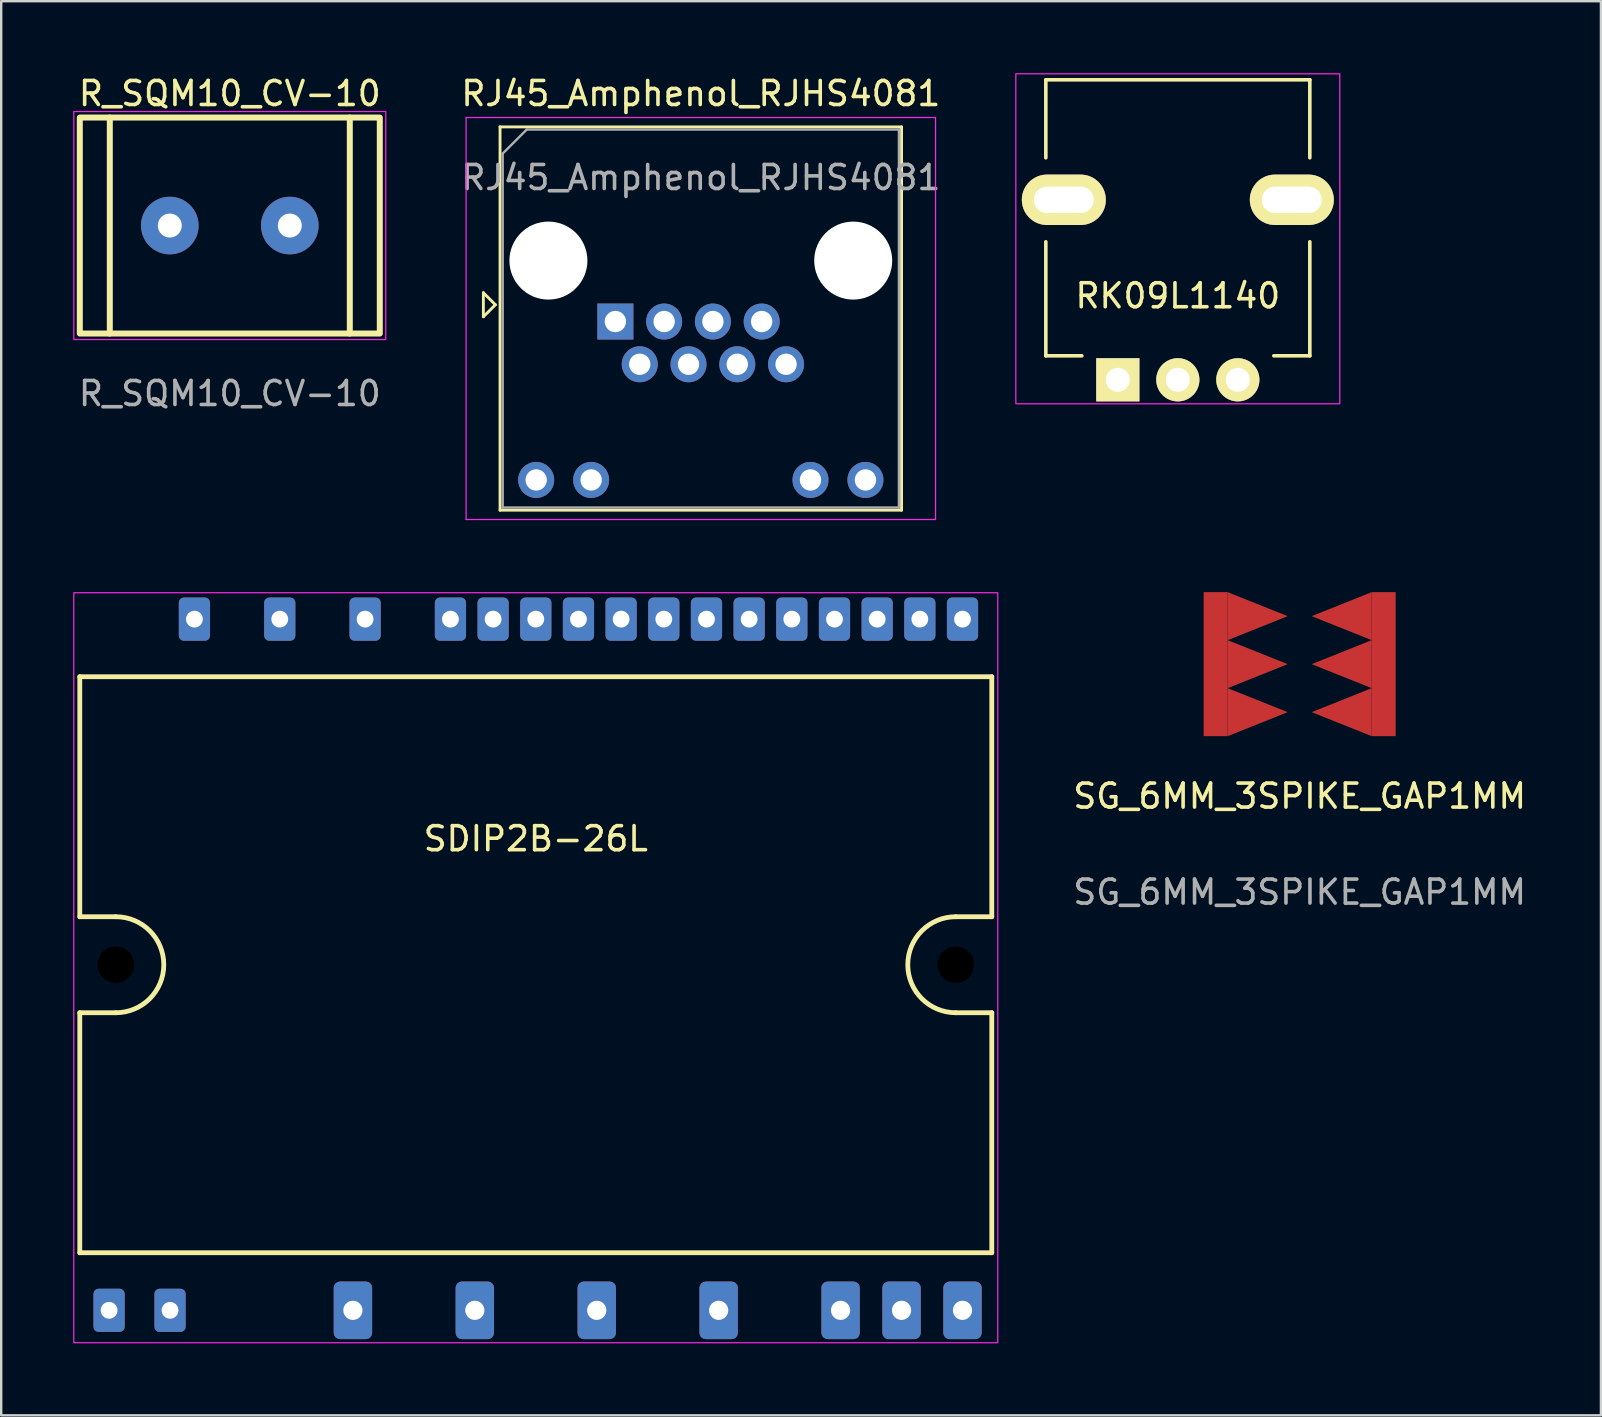
<source format=kicad_pcb>
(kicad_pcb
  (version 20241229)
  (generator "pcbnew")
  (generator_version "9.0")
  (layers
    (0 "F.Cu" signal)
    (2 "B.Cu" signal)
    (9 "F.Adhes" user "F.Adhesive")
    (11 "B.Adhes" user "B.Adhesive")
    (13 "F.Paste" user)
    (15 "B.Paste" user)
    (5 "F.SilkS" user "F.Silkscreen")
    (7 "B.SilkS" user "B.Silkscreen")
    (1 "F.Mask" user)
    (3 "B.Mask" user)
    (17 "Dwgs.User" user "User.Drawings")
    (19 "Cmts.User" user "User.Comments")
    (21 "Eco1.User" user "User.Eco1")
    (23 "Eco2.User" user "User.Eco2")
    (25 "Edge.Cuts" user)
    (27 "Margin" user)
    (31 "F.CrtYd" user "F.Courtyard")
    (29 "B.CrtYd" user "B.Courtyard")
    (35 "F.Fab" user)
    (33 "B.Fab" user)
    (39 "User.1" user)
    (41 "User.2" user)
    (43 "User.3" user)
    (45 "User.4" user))
  (footprint "RJ45_Amphenol_RJHS4081"
    (layer "F.Cu")
    (at 22.591 10.348)
    (property "Reference" "RJ45_Amphenol_RJHS4081" (at 3.56 -9.5 0) (layer "F.SilkS") (effects (font (size 1 1) (thickness 0.15))))
    (attr through_hole)
    (fp_line (start -5.5 -1.2) (end -5 -0.7) (stroke (width 0.12) (type solid)) (layer "F.SilkS"))
    (fp_line (start -5.5 -0.2) (end -5.5 -1.2) (stroke (width 0.12) (type solid)) (layer "F.SilkS"))
    (fp_line (start -5 -0.7) (end -5.5 -0.2) (stroke (width 0.12) (type solid)) (layer "F.SilkS"))
    (fp_line (start -4.805 -8.11) (end -4.805 7.86) (stroke (width 0.12) (type solid)) (layer "F.SilkS"))
    (fp_line (start -4.805 -8.11) (end 11.925 -8.11) (stroke (width 0.12) (type solid)) (layer "F.SilkS"))
    (fp_line (start -4.805 7.86) (end 11.925 7.86) (stroke (width 0.12) (type solid)) (layer "F.SilkS"))
    (fp_line (start 11.925 -8.11) (end 11.925 7.86) (stroke (width 0.12) (type solid)) (layer "F.SilkS"))
    (fp_line (start -6.22 -8.5) (end -6.22 8.25) (stroke (width 0.05) (type solid)) (layer "F.CrtYd"))
    (fp_line (start -6.22 -8.5) (end 13.34 -8.5) (stroke (width 0.05) (type solid)) (layer "F.CrtYd"))
    (fp_line (start -6.22 8.25) (end 13.34 8.25) (stroke (width 0.05) (type solid)) (layer "F.CrtYd"))
    (fp_line (start 13.34 -8.5) (end 13.34 8.25) (stroke (width 0.05) (type solid)) (layer "F.CrtYd"))
    (fp_line (start -4.695 -7) (end -4.695 7.75) (stroke (width 0.1) (type solid)) (layer "F.Fab"))
    (fp_line (start -4.695 -7) (end -3.695 -8) (stroke (width 0.1) (type solid)) (layer "F.Fab"))
    (fp_line (start -4.695 7.75) (end 11.815 7.75) (stroke (width 0.1) (type solid)) (layer "F.Fab"))
    (fp_line (start -3.695 -8) (end 11.815 -8) (stroke (width 0.1) (type solid)) (layer "F.Fab"))
    (fp_line (start 11.815 -8) (end 11.815 7.75) (stroke (width 0.1) (type solid)) (layer "F.Fab"))
    (fp_text user "${REFERENCE}" (at 3.56 -6 0) (layer "F.Fab") (effects (font (size 1 1) (thickness 0.15))))
    (pad "" np_thru_hole circle (at -2.79 -2.54) (size 3.25 3.25) (drill 3.25) (layers "*.Cu" "*.Mask"))
    (pad "" np_thru_hole circle (at 9.91 -2.54) (size 3.25 3.25) (drill 3.25) (layers "*.Cu" "*.Mask"))
    (pad "1" thru_hole rect (at 0 0) (size 1.5 1.5) (drill 0.89) (layers "*.Cu" "*.Mask"))
    (pad "2" thru_hole circle (at 1.016 1.78) (size 1.5 1.5) (drill 0.89) (layers "*.Cu" "*.Mask"))
    (pad "3" thru_hole circle (at 2.032 0) (size 1.5 1.5) (drill 0.89) (layers "*.Cu" "*.Mask"))
    (pad "4" thru_hole circle (at 3.048 1.78) (size 1.5 1.5) (drill 0.89) (layers "*.Cu" "*.Mask"))
    (pad "5" thru_hole circle (at 4.064 0) (size 1.5 1.5) (drill 0.89) (layers "*.Cu" "*.Mask"))
    (pad "6" thru_hole circle (at 5.08 1.78) (size 1.5 1.5) (drill 0.89) (layers "*.Cu" "*.Mask"))
    (pad "7" thru_hole circle (at 6.096 0) (size 1.5 1.5) (drill 0.89) (layers "*.Cu" "*.Mask"))
    (pad "8" thru_hole circle (at 7.112 1.78) (size 1.5 1.5) (drill 0.89) (layers "*.Cu" "*.Mask"))
    (pad "9" thru_hole circle (at -3.3 6.6) (size 1.5 1.5) (drill 0.89) (layers "*.Cu" "*.Mask"))
    (pad "10" thru_hole circle (at -1.01 6.6) (size 1.5 1.5) (drill 0.89) (layers "*.Cu" "*.Mask"))
    (pad "11" thru_hole circle (at 8.13 6.6) (size 1.5 1.5) (drill 0.89) (layers "*.Cu" "*.Mask"))
    (pad "12" thru_hole circle (at 10.42 6.6) (size 1.5 1.5) (drill 0.89) (layers "*.Cu" "*.Mask")))
  (footprint "R_SQM10_CV-10"
    (layer "F.Cu")
    (at 6.525 6.348)
    (property "Reference" "R_SQM10_CV-10" (at 0 -5.5 0) (unlocked yes) (layer "F.SilkS") (effects (font (size 1 1) (thickness 0.15))))
    (attr through_hole)
    (fp_line (start -5 -4.5) (end -5 4.5) (stroke (width 0.25) (type solid)) (layer "F.SilkS"))
    (fp_line (start 5 -4.5) (end 5 4.5) (stroke (width 0.25) (type solid)) (layer "F.SilkS"))
    (fp_rect (start -6.25 -4.5) (end 6.25 4.5) (stroke (width 0.25) (type solid)) (fill no) (layer "F.SilkS"))
    (fp_rect (start -6.5 -4.75) (end 6.5 4.75) (stroke (width 0.05) (type solid)) (fill no) (layer "F.CrtYd"))
    (fp_text user "${REFERENCE}" (at 0 7 0) (unlocked yes) (layer "F.Fab") (effects (font (size 1 1) (thickness 0.15))))
    (pad "1" thru_hole circle (at -2.5 0) (size 2.4 2.4) (drill 1) (layers "*.Cu" "*.Mask"))
    (pad "2" thru_hole circle (at 2.5 0) (size 2.4 2.4) (drill 1) (layers "*.Cu" "*.Mask")))
  (footprint "RK09L1140"
    (layer "F.Cu")
    (at 46.027 5.275)
    (property "Reference" "RK09L1140" (at 0 4 0) (layer "F.SilkS") (effects (font (size 1 1) (thickness 0.15))))
    (attr through_hole)
    (fp_line (start -5.5 -5) (end 5.5 -5) (stroke (width 0.15) (type solid)) (layer "F.SilkS"))
    (fp_line (start -5.5 -1.75) (end -5.5 -5) (stroke (width 0.15) (type solid)) (layer "F.SilkS"))
    (fp_line (start -5.5 6.5) (end -5.5 1.75) (stroke (width 0.15) (type solid)) (layer "F.SilkS"))
    (fp_line (start -4 6.5) (end -5.5 6.5) (stroke (width 0.15) (type solid)) (layer "F.SilkS"))
    (fp_line (start 4 6.5) (end 5.5 6.5) (stroke (width 0.15) (type solid)) (layer "F.SilkS"))
    (fp_line (start 5.5 -5) (end 5.5 -1.75) (stroke (width 0.15) (type solid)) (layer "F.SilkS"))
    (fp_line (start 5.5 6.5) (end 5.5 1.75) (stroke (width 0.15) (type solid)) (layer "F.SilkS"))
    (fp_rect (start -6.75 -5.25) (end 6.75 8.5) (stroke (width 0.05) (type default)) (fill no) (layer "F.CrtYd"))
    (pad "" thru_hole oval (at -4.75 0) (size 3.5 2.1) (drill oval 2.5 1.1) (layers "*.Cu" "*.Mask" "F.SilkS"))
    (pad "" thru_hole oval (at 4.75 0) (size 3.5 2.1) (drill oval 2.5 1.1) (layers "*.Cu" "*.Mask" "F.SilkS"))
    (pad "1" thru_hole rect (at -2.5 7.5) (size 1.8 1.8) (drill 1) (layers "*.Cu" "*.Mask" "F.SilkS"))
    (pad "2" thru_hole circle (at 0 7.5) (size 1.8 1.8) (drill 1) (layers "*.Cu" "*.Mask" "F.SilkS"))
    (pad "3" thru_hole circle (at 2.5 7.5) (size 1.8 1.8) (drill 1) (layers "*.Cu" "*.Mask" "F.SilkS")))
  (footprint "SDIP2B-26L"
    (layer "F.Cu")
    (at 19.275 37.148)
    (property "Reference" "SDIP2B-26L" (at 0 -5.25 0) (unlocked yes) (layer "F.SilkS") (effects (font (size 1 1) (thickness 0.15))))
    (attr through_hole)
    (fp_line (start -19 -12) (end 19 -12) (stroke (width 0.2) (type default)) (layer "F.SilkS"))
    (fp_line (start -19 -2) (end -19 -12) (stroke (width 0.2) (type default)) (layer "F.SilkS"))
    (fp_line (start -19 12) (end -19 2) (stroke (width 0.2) (type default)) (layer "F.SilkS"))
    (fp_line (start -19 12) (end 19 12) (stroke (width 0.2) (type default)) (layer "F.SilkS"))
    (fp_line (start -17.5 -2) (end -19 -2) (stroke (width 0.2) (type default)) (layer "F.SilkS"))
    (fp_line (start -17.5 2) (end -19 2) (stroke (width 0.2) (type default)) (layer "F.SilkS"))
    (fp_line (start 17.5 -2) (end 19 -2) (stroke (width 0.2) (type default)) (layer "F.SilkS"))
    (fp_line (start 17.5 2) (end 19 2) (stroke (width 0.2) (type default)) (layer "F.SilkS"))
    (fp_line (start 19 -12) (end 19 -2) (stroke (width 0.2) (type default)) (layer "F.SilkS"))
    (fp_line (start 19 2) (end 19 12) (stroke (width 0.2) (type default)) (layer "F.SilkS"))
    (fp_arc (start -17.5 -2) (mid -15.5 0) (end -17.5 2) (stroke (width 0.2) (type default)) (layer "F.SilkS"))
    (fp_arc (start 17.5 2) (mid 15.5 0) (end 17.5 -2) (stroke (width 0.2) (type default)) (layer "F.SilkS"))
    (fp_rect (start -19.25 -15.5) (end 19.25 15.75) (stroke (width 0.05) (type default)) (fill no) (layer "F.CrtYd"))
    (pad "" np_thru_hole circle (at -17.5 0) (size 1.524 1.524) (drill 3.2) (layers "*.Mask"))
    (pad "" np_thru_hole circle (at 17.5 0) (size 1.524 1.524) (drill 3.2) (layers "*.Mask"))
    (pad "2" thru_hole roundrect (at -14.224 -14.4) (size 1.3 1.8) (drill 0.7) (layers "*.Cu" "*.Mask") (roundrect_rratio 0.164))
    (pad "3" thru_hole roundrect (at -10.668 -14.4) (size 1.3 1.8) (drill 0.7) (layers "*.Cu" "*.Mask") (roundrect_rratio 0.164))
    (pad "4" thru_hole roundrect (at -7.112 -14.4) (size 1.3 1.8) (drill 0.7) (layers "*.Cu" "*.Mask") (roundrect_rratio 0.164))
    (pad "5" thru_hole roundrect (at -3.556 -14.4) (size 1.3 1.8) (drill 0.7) (layers "*.Cu" "*.Mask") (roundrect_rratio 0.164))
    (pad "6" thru_hole roundrect (at -1.778 -14.4) (size 1.3 1.8) (drill 0.7) (layers "*.Cu" "*.Mask") (roundrect_rratio 0.164))
    (pad "7" thru_hole roundrect (at 0 -14.4) (size 1.3 1.8) (drill 0.7) (layers "*.Cu" "*.Mask") (roundrect_rratio 0.164))
    (pad "8" thru_hole roundrect (at 1.778 -14.4) (size 1.3 1.8) (drill 0.7) (layers "*.Cu" "*.Mask") (roundrect_rratio 0.164))
    (pad "9" thru_hole roundrect (at 3.556 -14.4) (size 1.3 1.8) (drill 0.7) (layers "*.Cu" "*.Mask") (roundrect_rratio 0.164))
    (pad "10" thru_hole roundrect (at 5.334 -14.4) (size 1.3 1.8) (drill 0.7) (layers "*.Cu" "*.Mask") (roundrect_rratio 0.164))
    (pad "11" thru_hole roundrect (at 7.112 -14.4) (size 1.3 1.8) (drill 0.7) (layers "*.Cu" "*.Mask") (roundrect_rratio 0.164))
    (pad "12" thru_hole roundrect (at 8.89 -14.4) (size 1.3 1.8) (drill 0.7) (layers "*.Cu" "*.Mask") (roundrect_rratio 0.164))
    (pad "13" thru_hole roundrect (at 10.668 -14.4) (size 1.3 1.8) (drill 0.7) (layers "*.Cu" "*.Mask") (roundrect_rratio 0.164))
    (pad "14" thru_hole roundrect (at 12.446 -14.4) (size 1.3 1.8) (drill 0.7) (layers "*.Cu" "*.Mask") (roundrect_rratio 0.164))
    (pad "15" thru_hole roundrect (at 14.224 -14.4) (size 1.3 1.8) (drill 0.7) (layers "*.Cu" "*.Mask") (roundrect_rratio 0.164))
    (pad "16" thru_hole roundrect (at 16.002 -14.4) (size 1.3 1.8) (drill 0.7) (layers "*.Cu" "*.Mask") (roundrect_rratio 0.164))
    (pad "17" thru_hole roundrect (at 17.78 -14.4) (size 1.3 1.8) (drill 0.7) (layers "*.Cu" "*.Mask") (roundrect_rratio 0.164))
    (pad "18" thru_hole roundrect (at 17.78 14.4) (size 1.6 2.4) (drill 0.8) (layers "*.Cu" "*.Mask") (roundrect_rratio 0.164))
    (pad "19" thru_hole roundrect (at 15.24 14.4) (size 1.6 2.4) (drill 0.8) (layers "*.Cu" "*.Mask") (roundrect_rratio 0.164))
    (pad "20" thru_hole roundrect (at 12.7 14.4) (size 1.6 2.4) (drill 0.8) (layers "*.Cu" "*.Mask") (roundrect_rratio 0.164))
    (pad "21" thru_hole roundrect (at 7.62 14.4) (size 1.6 2.4) (drill 0.8) (layers "*.Cu" "*.Mask") (roundrect_rratio 0.164))
    (pad "22" thru_hole roundrect (at 2.54 14.4) (size 1.6 2.4) (drill 0.8) (layers "*.Cu" "*.Mask") (roundrect_rratio 0.164))
    (pad "23" thru_hole roundrect (at -2.54 14.4) (size 1.6 2.4) (drill 0.8) (layers "*.Cu" "*.Mask") (roundrect_rratio 0.164))
    (pad "24" thru_hole roundrect (at -7.62 14.4) (size 1.6 2.4) (drill 0.8) (layers "*.Cu" "*.Mask") (roundrect_rratio 0.164))
    (pad "25" thru_hole roundrect (at -15.24 14.4) (size 1.3 1.8) (drill 0.7) (layers "*.Cu" "*.Mask") (roundrect_rratio 0.164))
    (pad "26" thru_hole roundrect (at -17.78 14.4) (size 1.3 1.8) (drill 0.7) (layers "*.Cu" "*.Mask") (roundrect_rratio 0.164)))
  (footprint "SG_6MM_3SPIKE_GAP1MM"
    (layer "F.Cu")
    (at 51.104 24.623)
    (property "Reference" "SG_6MM_3SPIKE_GAP1MM" (at 0 5.5 0) (unlocked yes) (layer "F.SilkS") (effects (font (size 1 1) (thickness 0.15))))
    (attr smd)
    (fp_rect (start -1.96 -3) (end 2 3) (stroke (width 0) (type solid)) (fill yes) (layer "F.Mask"))
    (fp_text user "${REFERENCE}" (at 0 9.5 0) (unlocked yes) (layer "F.Fab") (effects (font (size 1 1) (thickness 0.15))))
    (pad "1" smd rect (at -3.5 0) (size 1 6) (layers "F.Cu"))
    (pad "1" smd trapezoid (at -1.75 -2) (size 2.5 1) (rect_delta 1 0) (layers "F.Cu"))
    (pad "1" smd trapezoid (at -1.75 0) (size 2.5 1) (rect_delta 1 0) (layers "F.Cu"))
    (pad "1" smd trapezoid (at -1.75 2) (size 2.5 1) (rect_delta 1 0) (layers "F.Cu"))
    (pad "2" smd trapezoid (at 1.75 -2 180) (size 2.5 1) (rect_delta 1 0) (layers "F.Cu"))
    (pad "2" smd trapezoid (at 1.75 0 180) (size 2.5 1) (rect_delta 1 0) (layers "F.Cu"))
    (pad "2" smd trapezoid (at 1.75 2 180) (size 2.5 1) (rect_delta 1 0) (layers "F.Cu"))
    (pad "2" smd rect (at 3.5 0) (size 1 6) (layers "F.Cu")))
  (gr_rect
    (start -3 -3)
    (end 63.657 55.923)
    (stroke (width 0.1) (type default))
    (fill no)
    (layer "Edge.Cuts")))
</source>
